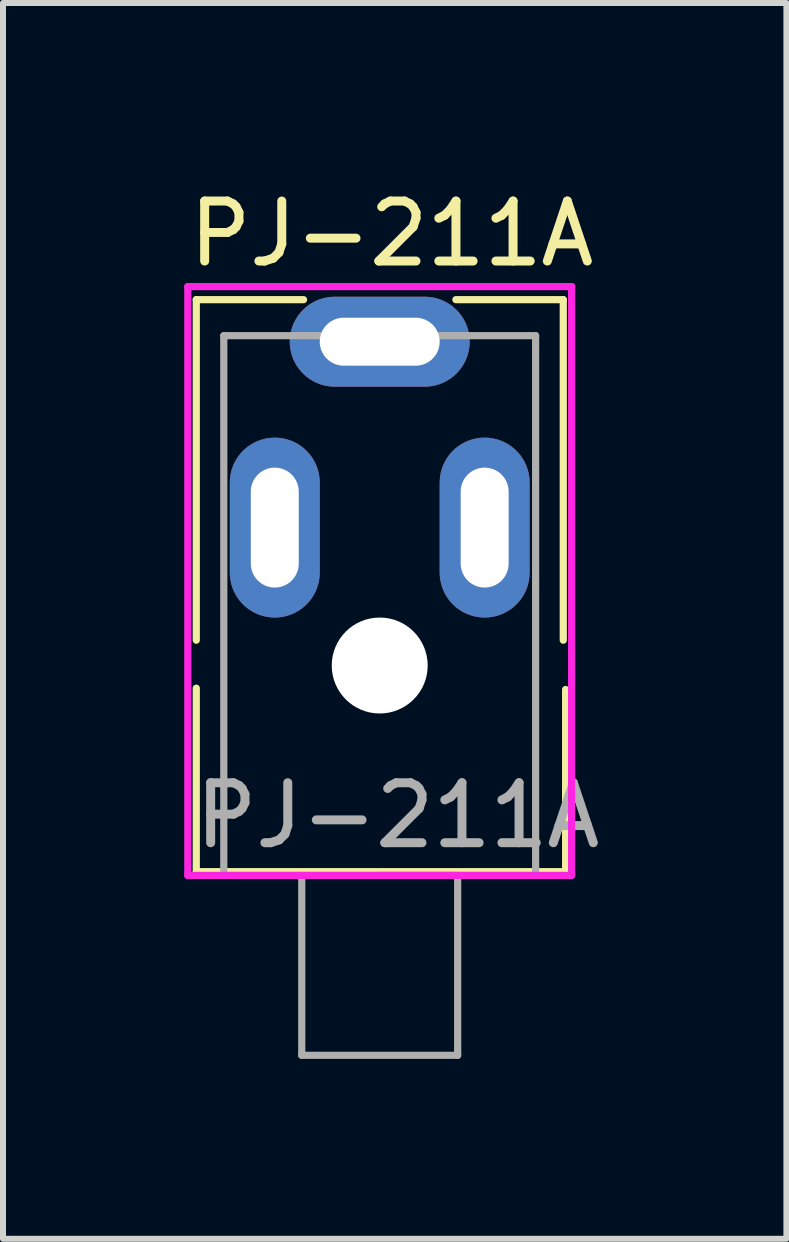
<source format=kicad_pcb>
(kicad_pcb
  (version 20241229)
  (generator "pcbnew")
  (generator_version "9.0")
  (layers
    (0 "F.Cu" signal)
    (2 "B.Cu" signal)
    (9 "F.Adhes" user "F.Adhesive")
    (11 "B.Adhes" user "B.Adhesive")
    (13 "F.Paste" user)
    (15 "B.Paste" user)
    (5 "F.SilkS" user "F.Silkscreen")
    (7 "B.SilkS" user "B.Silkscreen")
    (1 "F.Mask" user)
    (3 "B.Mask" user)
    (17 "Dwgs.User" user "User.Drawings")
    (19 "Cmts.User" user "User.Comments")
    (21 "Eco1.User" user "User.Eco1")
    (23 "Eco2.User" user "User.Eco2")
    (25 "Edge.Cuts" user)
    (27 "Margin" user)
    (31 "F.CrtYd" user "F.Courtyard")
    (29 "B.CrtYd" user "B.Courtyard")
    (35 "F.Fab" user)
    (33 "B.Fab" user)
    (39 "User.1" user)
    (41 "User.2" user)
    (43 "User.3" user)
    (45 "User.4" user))
  (footprint "PJ-211A"
    (layer "F.Cu")
    (at 3.282 11.548)
    (property "Reference" "PJ-211A" (at 0.2 -10.7 0) (layer "F.SilkS") (effects (font (size 1 1) (thickness 0.15))))
    (attr through_hole)
    (fp_line (start -3.059 -9.601) (end -1.27 -9.601) (stroke (width 0.12) (type solid)) (layer "F.SilkS"))
    (fp_line (start -3.059 -3.922) (end -3.059 -9.601) (stroke (width 0.12) (type solid)) (layer "F.SilkS"))
    (fp_line (start -3.059 -0.062) (end -3.059 -3.122) (stroke (width 0.12) (type solid)) (layer "F.SilkS"))
    (fp_line (start 1.27 -9.601) (end 3.061 -9.601) (stroke (width 0.12) (type solid)) (layer "F.SilkS"))
    (fp_line (start 3.061 -9.601) (end 3.061 -3.922) (stroke (width 0.12) (type solid)) (layer "F.SilkS"))
    (fp_line (start 3.1 -3.1) (end 3.1 -0.04) (stroke (width 0.12) (type solid)) (layer "F.SilkS"))
    (fp_line (start 3.1 -0.062) (end -3.059 -0.062) (stroke (width 0.12) (type solid)) (layer "F.SilkS"))
    (fp_line (start -3.2 -9.819) (end 3.2 -9.819) (stroke (width 0.12) (type solid)) (layer "F.CrtYd"))
    (fp_line (start -3.2 0) (end -3.2 -9.819) (stroke (width 0.12) (type solid)) (layer "F.CrtYd"))
    (fp_line (start 3.2 -9.819) (end 3.2 0) (stroke (width 0.12) (type solid)) (layer "F.CrtYd"))
    (fp_line (start 3.2 0) (end -3.2 0) (stroke (width 0.12) (type solid)) (layer "F.CrtYd"))
    (fp_line (start -2.6 -9) (end -2.6 0) (stroke (width 0.12) (type solid)) (layer "F.Fab"))
    (fp_line (start -2.6 0) (end 0 0) (stroke (width 0.12) (type solid)) (layer "F.Fab"))
    (fp_line (start -1.3 3) (end -1.3 0) (stroke (width 0.12) (type solid)) (layer "F.Fab"))
    (fp_line (start 0 0) (end 1.3 0) (stroke (width 0.12) (type solid)) (layer "F.Fab"))
    (fp_line (start 0 0) (end 2.6 0) (stroke (width 0.12) (type solid)) (layer "F.Fab"))
    (fp_line (start 1.3 0) (end 1.3 3) (stroke (width 0.12) (type solid)) (layer "F.Fab"))
    (fp_line (start 1.3 3) (end -1.3 3) (stroke (width 0.12) (type solid)) (layer "F.Fab"))
    (fp_line (start 2.6 -9) (end -2.6 -9) (stroke (width 0.12) (type solid)) (layer "F.Fab"))
    (fp_line (start 2.6 0) (end 2.6 -9) (stroke (width 0.12) (type solid)) (layer "F.Fab"))
    (fp_text user "${REFERENCE}" (at 0.3 -1 0) (layer "F.Fab") (effects (font (size 1 1) (thickness 0.15))))
    (pad "" np_thru_hole circle (at 0 -3.5) (size 1.6 1.6) (drill 1.6) (layers "*.Cu" "*.Mask"))
    (pad "R" thru_hole oval (at -1.75 -5.8) (size 1.5 3) (drill oval 0.8 2) (layers "*.Cu" "*.Mask"))
    (pad "S" thru_hole oval (at 0 -8.9) (size 3 1.5) (drill oval 2 0.8) (layers "*.Cu" "*.Mask"))
    (pad "T" thru_hole oval (at 1.75 -5.8) (size 1.5 3) (drill oval 0.8 2) (layers "*.Cu" "*.Mask")))
  (gr_rect
    (start -3 -3)
    (end 10.064 17.608)
    (stroke (width 0.1) (type default))
    (fill no)
    (layer "Edge.Cuts")))
</source>
